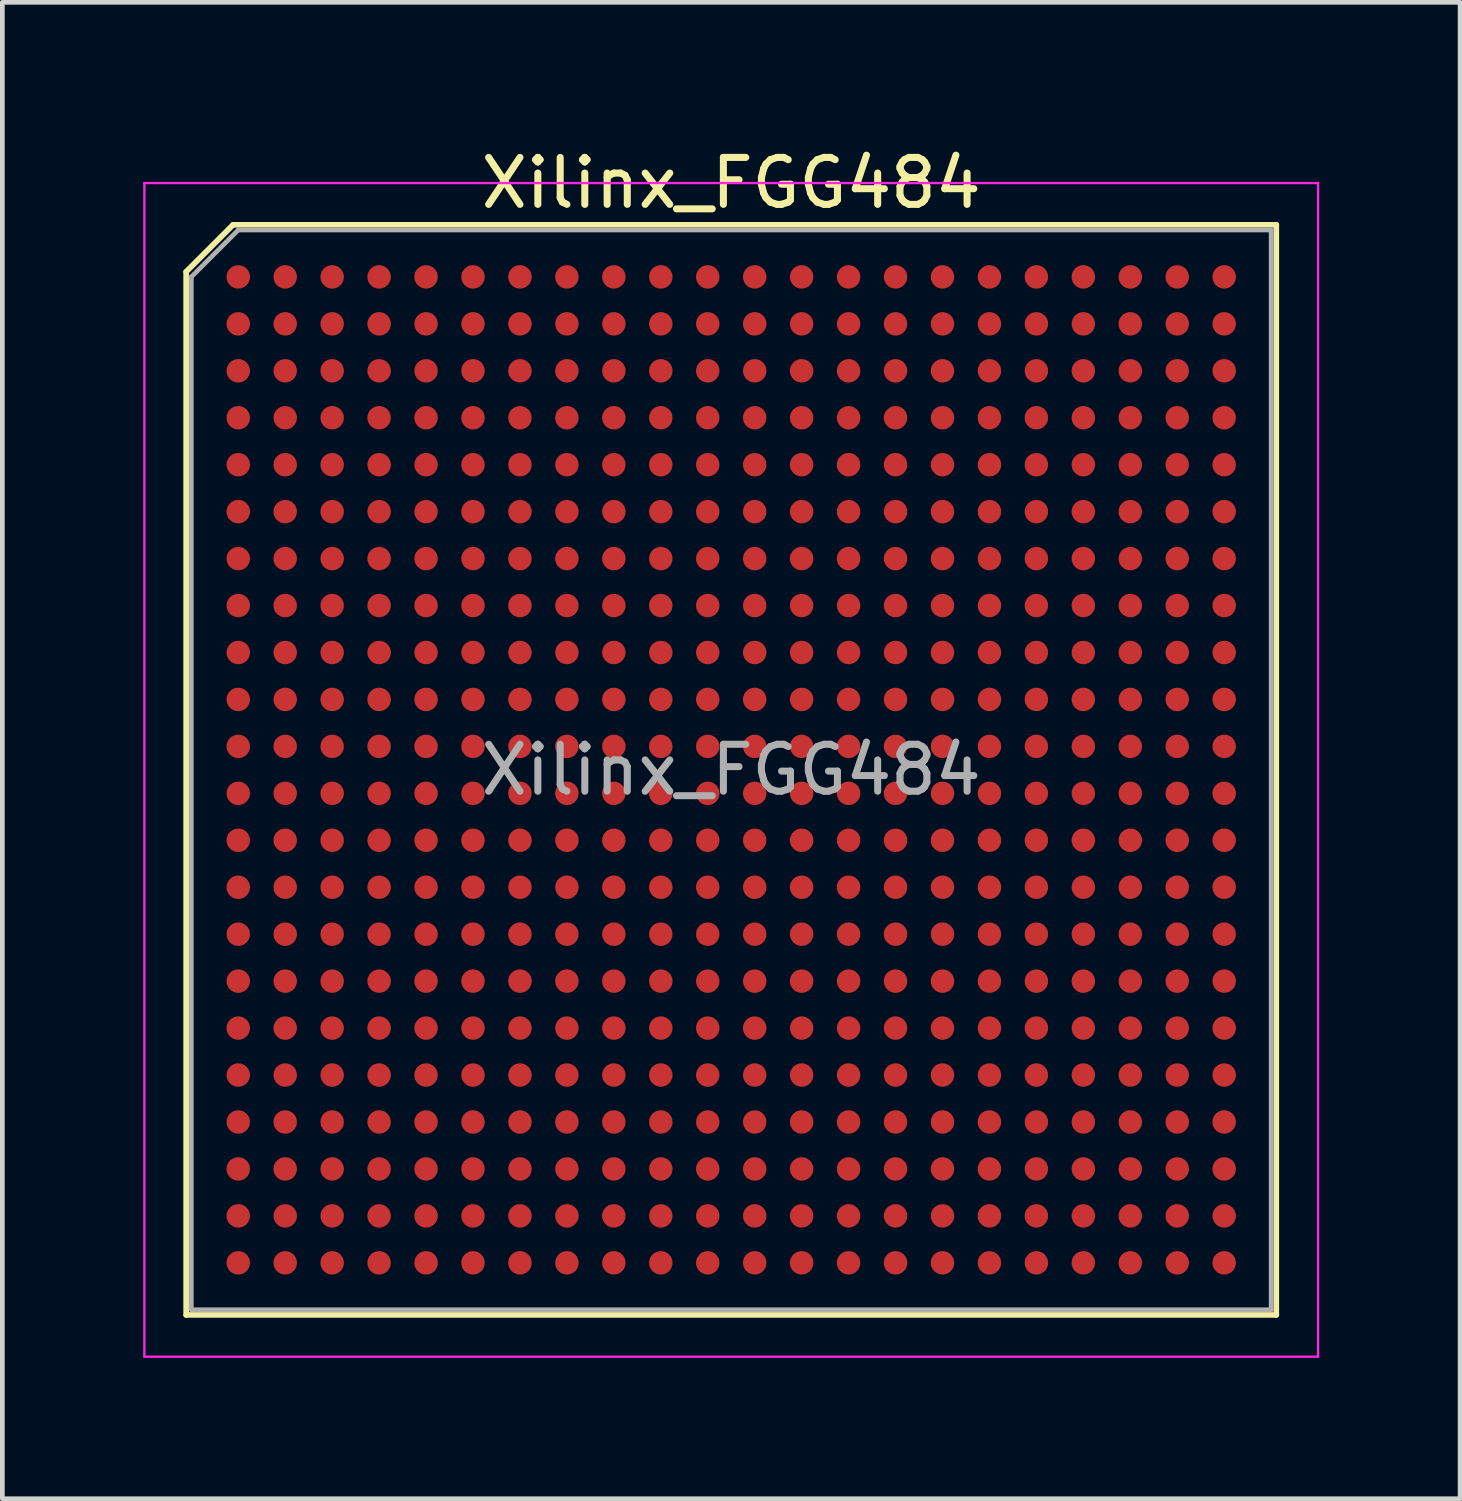
<source format=kicad_pcb>
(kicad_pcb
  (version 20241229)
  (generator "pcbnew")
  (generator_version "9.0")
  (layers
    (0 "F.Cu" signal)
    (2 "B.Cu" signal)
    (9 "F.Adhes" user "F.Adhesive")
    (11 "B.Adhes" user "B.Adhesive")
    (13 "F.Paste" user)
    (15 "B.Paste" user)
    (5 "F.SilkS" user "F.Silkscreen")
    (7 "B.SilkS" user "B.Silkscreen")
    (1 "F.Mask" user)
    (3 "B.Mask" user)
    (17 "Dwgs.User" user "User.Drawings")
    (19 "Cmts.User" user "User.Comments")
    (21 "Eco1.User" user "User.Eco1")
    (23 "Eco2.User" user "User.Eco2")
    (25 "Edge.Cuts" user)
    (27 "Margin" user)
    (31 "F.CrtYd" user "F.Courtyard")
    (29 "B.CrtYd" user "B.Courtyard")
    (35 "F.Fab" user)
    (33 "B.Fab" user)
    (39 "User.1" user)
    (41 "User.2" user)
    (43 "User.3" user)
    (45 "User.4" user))
  (footprint "Xilinx_FGG484"
    (layer "F.Cu")
    (at 12.525 13.348)
    (property "Reference" "Xilinx_FGG484" (at 0 -12.5 180) (layer "F.SilkS") (effects (font (size 1 1) (thickness 0.15))))
    (attr smd)
    (fp_line (start -11.61 11.61) (end -11.61 -10.61) (stroke (width 0.12) (type solid)) (layer "F.SilkS"))
    (fp_line (start -10.61 -11.61) (end -11.61 -10.61) (stroke (width 0.12) (type default)) (layer "F.SilkS"))
    (fp_line (start -10.61 -11.61) (end 11.61 -11.61) (stroke (width 0.12) (type solid)) (layer "F.SilkS"))
    (fp_line (start 11.61 -11.61) (end 11.61 11.61) (stroke (width 0.12) (type solid)) (layer "F.SilkS"))
    (fp_line (start 11.61 11.61) (end -11.61 11.61) (stroke (width 0.12) (type solid)) (layer "F.SilkS"))
    (fp_line (start -12.5 -12.5) (end -12.5 12.5) (stroke (width 0.05) (type solid)) (layer "F.CrtYd"))
    (fp_line (start -12.5 12.5) (end 12.5 12.5) (stroke (width 0.05) (type solid)) (layer "F.CrtYd"))
    (fp_line (start 12.5 -12.5) (end -12.5 -12.5) (stroke (width 0.05) (type solid)) (layer "F.CrtYd"))
    (fp_line (start 12.5 12.5) (end 12.5 -12.5) (stroke (width 0.05) (type solid)) (layer "F.CrtYd"))
    (fp_line (start -11.5 -10.5) (end -10.5 -11.5) (stroke (width 0.1) (type solid)) (layer "F.Fab"))
    (fp_line (start -11.5 11.5) (end -11.5 -10.5) (stroke (width 0.1) (type solid)) (layer "F.Fab"))
    (fp_line (start -10.5 -11.5) (end 11.5 -11.5) (stroke (width 0.1) (type solid)) (layer "F.Fab"))
    (fp_line (start 11.5 -11.5) (end 11.5 11.5) (stroke (width 0.1) (type solid)) (layer "F.Fab"))
    (fp_line (start 11.5 11.5) (end -11.5 11.5) (stroke (width 0.1) (type solid)) (layer "F.Fab"))
    (fp_text user "${REFERENCE}" (at 0 0 180) (layer "F.Fab") (effects (font (size 1 1) (thickness 0.15))))
    (pad "A1" smd circle (at -10.5 -10.5) (size 0.5 0.5) (layers "F.Cu" "F.Mask" "F.Paste"))
    (pad "A2" smd circle (at -9.5 -10.5) (size 0.5 0.5) (layers "F.Cu" "F.Mask" "F.Paste"))
    (pad "A3" smd circle (at -8.5 -10.5) (size 0.5 0.5) (layers "F.Cu" "F.Mask" "F.Paste"))
    (pad "A4" smd circle (at -7.5 -10.5) (size 0.5 0.5) (layers "F.Cu" "F.Mask" "F.Paste"))
    (pad "A5" smd circle (at -6.5 -10.5) (size 0.5 0.5) (layers "F.Cu" "F.Mask" "F.Paste"))
    (pad "A6" smd circle (at -5.5 -10.5) (size 0.5 0.5) (layers "F.Cu" "F.Mask" "F.Paste"))
    (pad "A7" smd circle (at -4.5 -10.5) (size 0.5 0.5) (layers "F.Cu" "F.Mask" "F.Paste"))
    (pad "A8" smd circle (at -3.5 -10.5) (size 0.5 0.5) (layers "F.Cu" "F.Mask" "F.Paste"))
    (pad "A9" smd circle (at -2.5 -10.5) (size 0.5 0.5) (layers "F.Cu" "F.Mask" "F.Paste"))
    (pad "A10" smd circle (at -1.5 -10.5) (size 0.5 0.5) (layers "F.Cu" "F.Mask" "F.Paste"))
    (pad "A11" smd circle (at -0.5 -10.5) (size 0.5 0.5) (layers "F.Cu" "F.Mask" "F.Paste"))
    (pad "A12" smd circle (at 0.5 -10.5) (size 0.5 0.5) (layers "F.Cu" "F.Mask" "F.Paste"))
    (pad "A13" smd circle (at 1.5 -10.5) (size 0.5 0.5) (layers "F.Cu" "F.Mask" "F.Paste"))
    (pad "A14" smd circle (at 2.5 -10.5) (size 0.5 0.5) (layers "F.Cu" "F.Mask" "F.Paste"))
    (pad "A15" smd circle (at 3.5 -10.5) (size 0.5 0.5) (layers "F.Cu" "F.Mask" "F.Paste"))
    (pad "A16" smd circle (at 4.5 -10.5) (size 0.5 0.5) (layers "F.Cu" "F.Mask" "F.Paste"))
    (pad "A17" smd circle (at 5.5 -10.5) (size 0.5 0.5) (layers "F.Cu" "F.Mask" "F.Paste"))
    (pad "A18" smd circle (at 6.5 -10.5) (size 0.5 0.5) (layers "F.Cu" "F.Mask" "F.Paste"))
    (pad "A19" smd circle (at 7.5 -10.5) (size 0.5 0.5) (layers "F.Cu" "F.Mask" "F.Paste"))
    (pad "A20" smd circle (at 8.5 -10.5) (size 0.5 0.5) (layers "F.Cu" "F.Mask" "F.Paste"))
    (pad "A21" smd circle (at 9.5 -10.5) (size 0.5 0.5) (layers "F.Cu" "F.Mask" "F.Paste"))
    (pad "A22" smd circle (at 10.5 -10.5) (size 0.5 0.5) (layers "F.Cu" "F.Mask" "F.Paste"))
    (pad "AA1" smd circle (at -10.5 9.5) (size 0.5 0.5) (layers "F.Cu" "F.Mask" "F.Paste"))
    (pad "AA2" smd circle (at -9.5 9.5) (size 0.5 0.5) (layers "F.Cu" "F.Mask" "F.Paste"))
    (pad "AA3" smd circle (at -8.5 9.5) (size 0.5 0.5) (layers "F.Cu" "F.Mask" "F.Paste"))
    (pad "AA4" smd circle (at -7.5 9.5) (size 0.5 0.5) (layers "F.Cu" "F.Mask" "F.Paste"))
    (pad "AA5" smd circle (at -6.5 9.5) (size 0.5 0.5) (layers "F.Cu" "F.Mask" "F.Paste"))
    (pad "AA6" smd circle (at -5.5 9.5) (size 0.5 0.5) (layers "F.Cu" "F.Mask" "F.Paste"))
    (pad "AA7" smd circle (at -4.5 9.5) (size 0.5 0.5) (layers "F.Cu" "F.Mask" "F.Paste"))
    (pad "AA8" smd circle (at -3.5 9.5) (size 0.5 0.5) (layers "F.Cu" "F.Mask" "F.Paste"))
    (pad "AA9" smd circle (at -2.5 9.5) (size 0.5 0.5) (layers "F.Cu" "F.Mask" "F.Paste"))
    (pad "AA10" smd circle (at -1.5 9.5) (size 0.5 0.5) (layers "F.Cu" "F.Mask" "F.Paste"))
    (pad "AA11" smd circle (at -0.5 9.5) (size 0.5 0.5) (layers "F.Cu" "F.Mask" "F.Paste"))
    (pad "AA12" smd circle (at 0.5 9.5) (size 0.5 0.5) (layers "F.Cu" "F.Mask" "F.Paste"))
    (pad "AA13" smd circle (at 1.5 9.5) (size 0.5 0.5) (layers "F.Cu" "F.Mask" "F.Paste"))
    (pad "AA14" smd circle (at 2.5 9.5) (size 0.5 0.5) (layers "F.Cu" "F.Mask" "F.Paste"))
    (pad "AA15" smd circle (at 3.5 9.5) (size 0.5 0.5) (layers "F.Cu" "F.Mask" "F.Paste"))
    (pad "AA16" smd circle (at 4.5 9.5) (size 0.5 0.5) (layers "F.Cu" "F.Mask" "F.Paste"))
    (pad "AA17" smd circle (at 5.5 9.5) (size 0.5 0.5) (layers "F.Cu" "F.Mask" "F.Paste"))
    (pad "AA18" smd circle (at 6.5 9.5) (size 0.5 0.5) (layers "F.Cu" "F.Mask" "F.Paste"))
    (pad "AA19" smd circle (at 7.5 9.5) (size 0.5 0.5) (layers "F.Cu" "F.Mask" "F.Paste"))
    (pad "AA20" smd circle (at 8.5 9.5) (size 0.5 0.5) (layers "F.Cu" "F.Mask" "F.Paste"))
    (pad "AA21" smd circle (at 9.5 9.5) (size 0.5 0.5) (layers "F.Cu" "F.Mask" "F.Paste"))
    (pad "AA22" smd circle (at 10.5 9.5) (size 0.5 0.5) (layers "F.Cu" "F.Mask" "F.Paste"))
    (pad "AB1" smd circle (at -10.5 10.5) (size 0.5 0.5) (layers "F.Cu" "F.Mask" "F.Paste"))
    (pad "AB2" smd circle (at -9.5 10.5) (size 0.5 0.5) (layers "F.Cu" "F.Mask" "F.Paste"))
    (pad "AB3" smd circle (at -8.5 10.5) (size 0.5 0.5) (layers "F.Cu" "F.Mask" "F.Paste"))
    (pad "AB4" smd circle (at -7.5 10.5) (size 0.5 0.5) (layers "F.Cu" "F.Mask" "F.Paste"))
    (pad "AB5" smd circle (at -6.5 10.5) (size 0.5 0.5) (layers "F.Cu" "F.Mask" "F.Paste"))
    (pad "AB6" smd circle (at -5.5 10.5) (size 0.5 0.5) (layers "F.Cu" "F.Mask" "F.Paste"))
    (pad "AB7" smd circle (at -4.5 10.5) (size 0.5 0.5) (layers "F.Cu" "F.Mask" "F.Paste"))
    (pad "AB8" smd circle (at -3.5 10.5) (size 0.5 0.5) (layers "F.Cu" "F.Mask" "F.Paste"))
    (pad "AB9" smd circle (at -2.5 10.5) (size 0.5 0.5) (layers "F.Cu" "F.Mask" "F.Paste"))
    (pad "AB10" smd circle (at -1.5 10.5) (size 0.5 0.5) (layers "F.Cu" "F.Mask" "F.Paste"))
    (pad "AB11" smd circle (at -0.5 10.5) (size 0.5 0.5) (layers "F.Cu" "F.Mask" "F.Paste"))
    (pad "AB12" smd circle (at 0.5 10.5) (size 0.5 0.5) (layers "F.Cu" "F.Mask" "F.Paste"))
    (pad "AB13" smd circle (at 1.5 10.5) (size 0.5 0.5) (layers "F.Cu" "F.Mask" "F.Paste"))
    (pad "AB14" smd circle (at 2.5 10.5) (size 0.5 0.5) (layers "F.Cu" "F.Mask" "F.Paste"))
    (pad "AB15" smd circle (at 3.5 10.5) (size 0.5 0.5) (layers "F.Cu" "F.Mask" "F.Paste"))
    (pad "AB16" smd circle (at 4.5 10.5) (size 0.5 0.5) (layers "F.Cu" "F.Mask" "F.Paste"))
    (pad "AB17" smd circle (at 5.5 10.5) (size 0.5 0.5) (layers "F.Cu" "F.Mask" "F.Paste"))
    (pad "AB18" smd circle (at 6.5 10.5) (size 0.5 0.5) (layers "F.Cu" "F.Mask" "F.Paste"))
    (pad "AB19" smd circle (at 7.5 10.5) (size 0.5 0.5) (layers "F.Cu" "F.Mask" "F.Paste"))
    (pad "AB20" smd circle (at 8.5 10.5) (size 0.5 0.5) (layers "F.Cu" "F.Mask" "F.Paste"))
    (pad "AB21" smd circle (at 9.5 10.5) (size 0.5 0.5) (layers "F.Cu" "F.Mask" "F.Paste"))
    (pad "AB22" smd circle (at 10.5 10.5) (size 0.5 0.5) (layers "F.Cu" "F.Mask" "F.Paste"))
    (pad "B1" smd circle (at -10.5 -9.5) (size 0.5 0.5) (layers "F.Cu" "F.Mask" "F.Paste"))
    (pad "B2" smd circle (at -9.5 -9.5) (size 0.5 0.5) (layers "F.Cu" "F.Mask" "F.Paste"))
    (pad "B3" smd circle (at -8.5 -9.5) (size 0.5 0.5) (layers "F.Cu" "F.Mask" "F.Paste"))
    (pad "B4" smd circle (at -7.5 -9.5) (size 0.5 0.5) (layers "F.Cu" "F.Mask" "F.Paste"))
    (pad "B5" smd circle (at -6.5 -9.5) (size 0.5 0.5) (layers "F.Cu" "F.Mask" "F.Paste"))
    (pad "B6" smd circle (at -5.5 -9.5) (size 0.5 0.5) (layers "F.Cu" "F.Mask" "F.Paste"))
    (pad "B7" smd circle (at -4.5 -9.5) (size 0.5 0.5) (layers "F.Cu" "F.Mask" "F.Paste"))
    (pad "B8" smd circle (at -3.5 -9.5) (size 0.5 0.5) (layers "F.Cu" "F.Mask" "F.Paste"))
    (pad "B9" smd circle (at -2.5 -9.5) (size 0.5 0.5) (layers "F.Cu" "F.Mask" "F.Paste"))
    (pad "B10" smd circle (at -1.5 -9.5) (size 0.5 0.5) (layers "F.Cu" "F.Mask" "F.Paste"))
    (pad "B11" smd circle (at -0.5 -9.5) (size 0.5 0.5) (layers "F.Cu" "F.Mask" "F.Paste"))
    (pad "B12" smd circle (at 0.5 -9.5) (size 0.5 0.5) (layers "F.Cu" "F.Mask" "F.Paste"))
    (pad "B13" smd circle (at 1.5 -9.5) (size 0.5 0.5) (layers "F.Cu" "F.Mask" "F.Paste"))
    (pad "B14" smd circle (at 2.5 -9.5) (size 0.5 0.5) (layers "F.Cu" "F.Mask" "F.Paste"))
    (pad "B15" smd circle (at 3.5 -9.5) (size 0.5 0.5) (layers "F.Cu" "F.Mask" "F.Paste"))
    (pad "B16" smd circle (at 4.5 -9.5) (size 0.5 0.5) (layers "F.Cu" "F.Mask" "F.Paste"))
    (pad "B17" smd circle (at 5.5 -9.5) (size 0.5 0.5) (layers "F.Cu" "F.Mask" "F.Paste"))
    (pad "B18" smd circle (at 6.5 -9.5) (size 0.5 0.5) (layers "F.Cu" "F.Mask" "F.Paste"))
    (pad "B19" smd circle (at 7.5 -9.5) (size 0.5 0.5) (layers "F.Cu" "F.Mask" "F.Paste"))
    (pad "B20" smd circle (at 8.5 -9.5) (size 0.5 0.5) (layers "F.Cu" "F.Mask" "F.Paste"))
    (pad "B21" smd circle (at 9.5 -9.5) (size 0.5 0.5) (layers "F.Cu" "F.Mask" "F.Paste"))
    (pad "B22" smd circle (at 10.5 -9.5) (size 0.5 0.5) (layers "F.Cu" "F.Mask" "F.Paste"))
    (pad "C1" smd circle (at -10.5 -8.5) (size 0.5 0.5) (layers "F.Cu" "F.Mask" "F.Paste"))
    (pad "C2" smd circle (at -9.5 -8.5) (size 0.5 0.5) (layers "F.Cu" "F.Mask" "F.Paste"))
    (pad "C3" smd circle (at -8.5 -8.5) (size 0.5 0.5) (layers "F.Cu" "F.Mask" "F.Paste"))
    (pad "C4" smd circle (at -7.5 -8.5) (size 0.5 0.5) (layers "F.Cu" "F.Mask" "F.Paste"))
    (pad "C5" smd circle (at -6.5 -8.5) (size 0.5 0.5) (layers "F.Cu" "F.Mask" "F.Paste"))
    (pad "C6" smd circle (at -5.5 -8.5) (size 0.5 0.5) (layers "F.Cu" "F.Mask" "F.Paste"))
    (pad "C7" smd circle (at -4.5 -8.5) (size 0.5 0.5) (layers "F.Cu" "F.Mask" "F.Paste"))
    (pad "C8" smd circle (at -3.5 -8.5) (size 0.5 0.5) (layers "F.Cu" "F.Mask" "F.Paste"))
    (pad "C9" smd circle (at -2.5 -8.5) (size 0.5 0.5) (layers "F.Cu" "F.Mask" "F.Paste"))
    (pad "C10" smd circle (at -1.5 -8.5) (size 0.5 0.5) (layers "F.Cu" "F.Mask" "F.Paste"))
    (pad "C11" smd circle (at -0.5 -8.5) (size 0.5 0.5) (layers "F.Cu" "F.Mask" "F.Paste"))
    (pad "C12" smd circle (at 0.5 -8.5) (size 0.5 0.5) (layers "F.Cu" "F.Mask" "F.Paste"))
    (pad "C13" smd circle (at 1.5 -8.5) (size 0.5 0.5) (layers "F.Cu" "F.Mask" "F.Paste"))
    (pad "C14" smd circle (at 2.5 -8.5) (size 0.5 0.5) (layers "F.Cu" "F.Mask" "F.Paste"))
    (pad "C15" smd circle (at 3.5 -8.5) (size 0.5 0.5) (layers "F.Cu" "F.Mask" "F.Paste"))
    (pad "C16" smd circle (at 4.5 -8.5) (size 0.5 0.5) (layers "F.Cu" "F.Mask" "F.Paste"))
    (pad "C17" smd circle (at 5.5 -8.5) (size 0.5 0.5) (layers "F.Cu" "F.Mask" "F.Paste"))
    (pad "C18" smd circle (at 6.5 -8.5) (size 0.5 0.5) (layers "F.Cu" "F.Mask" "F.Paste"))
    (pad "C19" smd circle (at 7.5 -8.5) (size 0.5 0.5) (layers "F.Cu" "F.Mask" "F.Paste"))
    (pad "C20" smd circle (at 8.5 -8.5) (size 0.5 0.5) (layers "F.Cu" "F.Mask" "F.Paste"))
    (pad "C21" smd circle (at 9.5 -8.5) (size 0.5 0.5) (layers "F.Cu" "F.Mask" "F.Paste"))
    (pad "C22" smd circle (at 10.5 -8.5) (size 0.5 0.5) (layers "F.Cu" "F.Mask" "F.Paste"))
    (pad "D1" smd circle (at -10.5 -7.5) (size 0.5 0.5) (layers "F.Cu" "F.Mask" "F.Paste"))
    (pad "D2" smd circle (at -9.5 -7.5) (size 0.5 0.5) (layers "F.Cu" "F.Mask" "F.Paste"))
    (pad "D3" smd circle (at -8.5 -7.5) (size 0.5 0.5) (layers "F.Cu" "F.Mask" "F.Paste"))
    (pad "D4" smd circle (at -7.5 -7.5) (size 0.5 0.5) (layers "F.Cu" "F.Mask" "F.Paste"))
    (pad "D5" smd circle (at -6.5 -7.5) (size 0.5 0.5) (layers "F.Cu" "F.Mask" "F.Paste"))
    (pad "D6" smd circle (at -5.5 -7.5) (size 0.5 0.5) (layers "F.Cu" "F.Mask" "F.Paste"))
    (pad "D7" smd circle (at -4.5 -7.5) (size 0.5 0.5) (layers "F.Cu" "F.Mask" "F.Paste"))
    (pad "D8" smd circle (at -3.5 -7.5) (size 0.5 0.5) (layers "F.Cu" "F.Mask" "F.Paste"))
    (pad "D9" smd circle (at -2.5 -7.5) (size 0.5 0.5) (layers "F.Cu" "F.Mask" "F.Paste"))
    (pad "D10" smd circle (at -1.5 -7.5) (size 0.5 0.5) (layers "F.Cu" "F.Mask" "F.Paste"))
    (pad "D11" smd circle (at -0.5 -7.5) (size 0.5 0.5) (layers "F.Cu" "F.Mask" "F.Paste"))
    (pad "D12" smd circle (at 0.5 -7.5) (size 0.5 0.5) (layers "F.Cu" "F.Mask" "F.Paste"))
    (pad "D13" smd circle (at 1.5 -7.5) (size 0.5 0.5) (layers "F.Cu" "F.Mask" "F.Paste"))
    (pad "D14" smd circle (at 2.5 -7.5) (size 0.5 0.5) (layers "F.Cu" "F.Mask" "F.Paste"))
    (pad "D15" smd circle (at 3.5 -7.5) (size 0.5 0.5) (layers "F.Cu" "F.Mask" "F.Paste"))
    (pad "D16" smd circle (at 4.5 -7.5) (size 0.5 0.5) (layers "F.Cu" "F.Mask" "F.Paste"))
    (pad "D17" smd circle (at 5.5 -7.5) (size 0.5 0.5) (layers "F.Cu" "F.Mask" "F.Paste"))
    (pad "D18" smd circle (at 6.5 -7.5) (size 0.5 0.5) (layers "F.Cu" "F.Mask" "F.Paste"))
    (pad "D19" smd circle (at 7.5 -7.5) (size 0.5 0.5) (layers "F.Cu" "F.Mask" "F.Paste"))
    (pad "D20" smd circle (at 8.5 -7.5) (size 0.5 0.5) (layers "F.Cu" "F.Mask" "F.Paste"))
    (pad "D21" smd circle (at 9.5 -7.5) (size 0.5 0.5) (layers "F.Cu" "F.Mask" "F.Paste"))
    (pad "D22" smd circle (at 10.5 -7.5) (size 0.5 0.5) (layers "F.Cu" "F.Mask" "F.Paste"))
    (pad "E1" smd circle (at -10.5 -6.5) (size 0.5 0.5) (layers "F.Cu" "F.Mask" "F.Paste"))
    (pad "E2" smd circle (at -9.5 -6.5) (size 0.5 0.5) (layers "F.Cu" "F.Mask" "F.Paste"))
    (pad "E3" smd circle (at -8.5 -6.5) (size 0.5 0.5) (layers "F.Cu" "F.Mask" "F.Paste"))
    (pad "E4" smd circle (at -7.5 -6.5) (size 0.5 0.5) (layers "F.Cu" "F.Mask" "F.Paste"))
    (pad "E5" smd circle (at -6.5 -6.5) (size 0.5 0.5) (layers "F.Cu" "F.Mask" "F.Paste"))
    (pad "E6" smd circle (at -5.5 -6.5) (size 0.5 0.5) (layers "F.Cu" "F.Mask" "F.Paste"))
    (pad "E7" smd circle (at -4.5 -6.5) (size 0.5 0.5) (layers "F.Cu" "F.Mask" "F.Paste"))
    (pad "E8" smd circle (at -3.5 -6.5) (size 0.5 0.5) (layers "F.Cu" "F.Mask" "F.Paste"))
    (pad "E9" smd circle (at -2.5 -6.5) (size 0.5 0.5) (layers "F.Cu" "F.Mask" "F.Paste"))
    (pad "E10" smd circle (at -1.5 -6.5) (size 0.5 0.5) (layers "F.Cu" "F.Mask" "F.Paste"))
    (pad "E11" smd circle (at -0.5 -6.5) (size 0.5 0.5) (layers "F.Cu" "F.Mask" "F.Paste"))
    (pad "E12" smd circle (at 0.5 -6.5) (size 0.5 0.5) (layers "F.Cu" "F.Mask" "F.Paste"))
    (pad "E13" smd circle (at 1.5 -6.5) (size 0.5 0.5) (layers "F.Cu" "F.Mask" "F.Paste"))
    (pad "E14" smd circle (at 2.5 -6.5) (size 0.5 0.5) (layers "F.Cu" "F.Mask" "F.Paste"))
    (pad "E15" smd circle (at 3.5 -6.5) (size 0.5 0.5) (layers "F.Cu" "F.Mask" "F.Paste"))
    (pad "E16" smd circle (at 4.5 -6.5) (size 0.5 0.5) (layers "F.Cu" "F.Mask" "F.Paste"))
    (pad "E17" smd circle (at 5.5 -6.5) (size 0.5 0.5) (layers "F.Cu" "F.Mask" "F.Paste"))
    (pad "E18" smd circle (at 6.5 -6.5) (size 0.5 0.5) (layers "F.Cu" "F.Mask" "F.Paste"))
    (pad "E19" smd circle (at 7.5 -6.5) (size 0.5 0.5) (layers "F.Cu" "F.Mask" "F.Paste"))
    (pad "E20" smd circle (at 8.5 -6.5) (size 0.5 0.5) (layers "F.Cu" "F.Mask" "F.Paste"))
    (pad "E21" smd circle (at 9.5 -6.5) (size 0.5 0.5) (layers "F.Cu" "F.Mask" "F.Paste"))
    (pad "E22" smd circle (at 10.5 -6.5) (size 0.5 0.5) (layers "F.Cu" "F.Mask" "F.Paste"))
    (pad "F1" smd circle (at -10.5 -5.5) (size 0.5 0.5) (layers "F.Cu" "F.Mask" "F.Paste"))
    (pad "F2" smd circle (at -9.5 -5.5) (size 0.5 0.5) (layers "F.Cu" "F.Mask" "F.Paste"))
    (pad "F3" smd circle (at -8.5 -5.5) (size 0.5 0.5) (layers "F.Cu" "F.Mask" "F.Paste"))
    (pad "F4" smd circle (at -7.5 -5.5) (size 0.5 0.5) (layers "F.Cu" "F.Mask" "F.Paste"))
    (pad "F5" smd circle (at -6.5 -5.5) (size 0.5 0.5) (layers "F.Cu" "F.Mask" "F.Paste"))
    (pad "F6" smd circle (at -5.5 -5.5) (size 0.5 0.5) (layers "F.Cu" "F.Mask" "F.Paste"))
    (pad "F7" smd circle (at -4.5 -5.5) (size 0.5 0.5) (layers "F.Cu" "F.Mask" "F.Paste"))
    (pad "F8" smd circle (at -3.5 -5.5) (size 0.5 0.5) (layers "F.Cu" "F.Mask" "F.Paste"))
    (pad "F9" smd circle (at -2.5 -5.5) (size 0.5 0.5) (layers "F.Cu" "F.Mask" "F.Paste"))
    (pad "F10" smd circle (at -1.5 -5.5) (size 0.5 0.5) (layers "F.Cu" "F.Mask" "F.Paste"))
    (pad "F11" smd circle (at -0.5 -5.5) (size 0.5 0.5) (layers "F.Cu" "F.Mask" "F.Paste"))
    (pad "F12" smd circle (at 0.5 -5.5) (size 0.5 0.5) (layers "F.Cu" "F.Mask" "F.Paste"))
    (pad "F13" smd circle (at 1.5 -5.5) (size 0.5 0.5) (layers "F.Cu" "F.Mask" "F.Paste"))
    (pad "F14" smd circle (at 2.5 -5.5) (size 0.5 0.5) (layers "F.Cu" "F.Mask" "F.Paste"))
    (pad "F15" smd circle (at 3.5 -5.5) (size 0.5 0.5) (layers "F.Cu" "F.Mask" "F.Paste"))
    (pad "F16" smd circle (at 4.5 -5.5) (size 0.5 0.5) (layers "F.Cu" "F.Mask" "F.Paste"))
    (pad "F17" smd circle (at 5.5 -5.5) (size 0.5 0.5) (layers "F.Cu" "F.Mask" "F.Paste"))
    (pad "F18" smd circle (at 6.5 -5.5) (size 0.5 0.5) (layers "F.Cu" "F.Mask" "F.Paste"))
    (pad "F19" smd circle (at 7.5 -5.5) (size 0.5 0.5) (layers "F.Cu" "F.Mask" "F.Paste"))
    (pad "F20" smd circle (at 8.5 -5.5) (size 0.5 0.5) (layers "F.Cu" "F.Mask" "F.Paste"))
    (pad "F21" smd circle (at 9.5 -5.5) (size 0.5 0.5) (layers "F.Cu" "F.Mask" "F.Paste"))
    (pad "F22" smd circle (at 10.5 -5.5) (size 0.5 0.5) (layers "F.Cu" "F.Mask" "F.Paste"))
    (pad "G1" smd circle (at -10.5 -4.5) (size 0.5 0.5) (layers "F.Cu" "F.Mask" "F.Paste"))
    (pad "G2" smd circle (at -9.5 -4.5) (size 0.5 0.5) (layers "F.Cu" "F.Mask" "F.Paste"))
    (pad "G3" smd circle (at -8.5 -4.5) (size 0.5 0.5) (layers "F.Cu" "F.Mask" "F.Paste"))
    (pad "G4" smd circle (at -7.5 -4.5) (size 0.5 0.5) (layers "F.Cu" "F.Mask" "F.Paste"))
    (pad "G5" smd circle (at -6.5 -4.5) (size 0.5 0.5) (layers "F.Cu" "F.Mask" "F.Paste"))
    (pad "G6" smd circle (at -5.5 -4.5) (size 0.5 0.5) (layers "F.Cu" "F.Mask" "F.Paste"))
    (pad "G7" smd circle (at -4.5 -4.5) (size 0.5 0.5) (layers "F.Cu" "F.Mask" "F.Paste"))
    (pad "G8" smd circle (at -3.5 -4.5) (size 0.5 0.5) (layers "F.Cu" "F.Mask" "F.Paste"))
    (pad "G9" smd circle (at -2.5 -4.5) (size 0.5 0.5) (layers "F.Cu" "F.Mask" "F.Paste"))
    (pad "G10" smd circle (at -1.5 -4.5) (size 0.5 0.5) (layers "F.Cu" "F.Mask" "F.Paste"))
    (pad "G11" smd circle (at -0.5 -4.5) (size 0.5 0.5) (layers "F.Cu" "F.Mask" "F.Paste"))
    (pad "G12" smd circle (at 0.5 -4.5) (size 0.5 0.5) (layers "F.Cu" "F.Mask" "F.Paste"))
    (pad "G13" smd circle (at 1.5 -4.5) (size 0.5 0.5) (layers "F.Cu" "F.Mask" "F.Paste"))
    (pad "G14" smd circle (at 2.5 -4.5) (size 0.5 0.5) (layers "F.Cu" "F.Mask" "F.Paste"))
    (pad "G15" smd circle (at 3.5 -4.5) (size 0.5 0.5) (layers "F.Cu" "F.Mask" "F.Paste"))
    (pad "G16" smd circle (at 4.5 -4.5) (size 0.5 0.5) (layers "F.Cu" "F.Mask" "F.Paste"))
    (pad "G17" smd circle (at 5.5 -4.5) (size 0.5 0.5) (layers "F.Cu" "F.Mask" "F.Paste"))
    (pad "G18" smd circle (at 6.5 -4.5) (size 0.5 0.5) (layers "F.Cu" "F.Mask" "F.Paste"))
    (pad "G19" smd circle (at 7.5 -4.5) (size 0.5 0.5) (layers "F.Cu" "F.Mask" "F.Paste"))
    (pad "G20" smd circle (at 8.5 -4.5) (size 0.5 0.5) (layers "F.Cu" "F.Mask" "F.Paste"))
    (pad "G21" smd circle (at 9.5 -4.5) (size 0.5 0.5) (layers "F.Cu" "F.Mask" "F.Paste"))
    (pad "G22" smd circle (at 10.5 -4.5) (size 0.5 0.5) (layers "F.Cu" "F.Mask" "F.Paste"))
    (pad "H1" smd circle (at -10.5 -3.5) (size 0.5 0.5) (layers "F.Cu" "F.Mask" "F.Paste"))
    (pad "H2" smd circle (at -9.5 -3.5) (size 0.5 0.5) (layers "F.Cu" "F.Mask" "F.Paste"))
    (pad "H3" smd circle (at -8.5 -3.5) (size 0.5 0.5) (layers "F.Cu" "F.Mask" "F.Paste"))
    (pad "H4" smd circle (at -7.5 -3.5) (size 0.5 0.5) (layers "F.Cu" "F.Mask" "F.Paste"))
    (pad "H5" smd circle (at -6.5 -3.5) (size 0.5 0.5) (layers "F.Cu" "F.Mask" "F.Paste"))
    (pad "H6" smd circle (at -5.5 -3.5) (size 0.5 0.5) (layers "F.Cu" "F.Mask" "F.Paste"))
    (pad "H7" smd circle (at -4.5 -3.5) (size 0.5 0.5) (layers "F.Cu" "F.Mask" "F.Paste"))
    (pad "H8" smd circle (at -3.5 -3.5) (size 0.5 0.5) (layers "F.Cu" "F.Mask" "F.Paste"))
    (pad "H9" smd circle (at -2.5 -3.5) (size 0.5 0.5) (layers "F.Cu" "F.Mask" "F.Paste"))
    (pad "H10" smd circle (at -1.5 -3.5) (size 0.5 0.5) (layers "F.Cu" "F.Mask" "F.Paste"))
    (pad "H11" smd circle (at -0.5 -3.5) (size 0.5 0.5) (layers "F.Cu" "F.Mask" "F.Paste"))
    (pad "H12" smd circle (at 0.5 -3.5) (size 0.5 0.5) (layers "F.Cu" "F.Mask" "F.Paste"))
    (pad "H13" smd circle (at 1.5 -3.5) (size 0.5 0.5) (layers "F.Cu" "F.Mask" "F.Paste"))
    (pad "H14" smd circle (at 2.5 -3.5) (size 0.5 0.5) (layers "F.Cu" "F.Mask" "F.Paste"))
    (pad "H15" smd circle (at 3.5 -3.5) (size 0.5 0.5) (layers "F.Cu" "F.Mask" "F.Paste"))
    (pad "H16" smd circle (at 4.5 -3.5) (size 0.5 0.5) (layers "F.Cu" "F.Mask" "F.Paste"))
    (pad "H17" smd circle (at 5.5 -3.5) (size 0.5 0.5) (layers "F.Cu" "F.Mask" "F.Paste"))
    (pad "H18" smd circle (at 6.5 -3.5) (size 0.5 0.5) (layers "F.Cu" "F.Mask" "F.Paste"))
    (pad "H19" smd circle (at 7.5 -3.5) (size 0.5 0.5) (layers "F.Cu" "F.Mask" "F.Paste"))
    (pad "H20" smd circle (at 8.5 -3.5) (size 0.5 0.5) (layers "F.Cu" "F.Mask" "F.Paste"))
    (pad "H21" smd circle (at 9.5 -3.5) (size 0.5 0.5) (layers "F.Cu" "F.Mask" "F.Paste"))
    (pad "H22" smd circle (at 10.5 -3.5) (size 0.5 0.5) (layers "F.Cu" "F.Mask" "F.Paste"))
    (pad "J1" smd circle (at -10.5 -2.5) (size 0.5 0.5) (layers "F.Cu" "F.Mask" "F.Paste"))
    (pad "J2" smd circle (at -9.5 -2.5) (size 0.5 0.5) (layers "F.Cu" "F.Mask" "F.Paste"))
    (pad "J3" smd circle (at -8.5 -2.5) (size 0.5 0.5) (layers "F.Cu" "F.Mask" "F.Paste"))
    (pad "J4" smd circle (at -7.5 -2.5) (size 0.5 0.5) (layers "F.Cu" "F.Mask" "F.Paste"))
    (pad "J5" smd circle (at -6.5 -2.5) (size 0.5 0.5) (layers "F.Cu" "F.Mask" "F.Paste"))
    (pad "J6" smd circle (at -5.5 -2.5) (size 0.5 0.5) (layers "F.Cu" "F.Mask" "F.Paste"))
    (pad "J7" smd circle (at -4.5 -2.5) (size 0.5 0.5) (layers "F.Cu" "F.Mask" "F.Paste"))
    (pad "J8" smd circle (at -3.5 -2.5) (size 0.5 0.5) (layers "F.Cu" "F.Mask" "F.Paste"))
    (pad "J9" smd circle (at -2.5 -2.5) (size 0.5 0.5) (layers "F.Cu" "F.Mask" "F.Paste"))
    (pad "J10" smd circle (at -1.5 -2.5) (size 0.5 0.5) (layers "F.Cu" "F.Mask" "F.Paste"))
    (pad "J11" smd circle (at -0.5 -2.5) (size 0.5 0.5) (layers "F.Cu" "F.Mask" "F.Paste"))
    (pad "J12" smd circle (at 0.5 -2.5) (size 0.5 0.5) (layers "F.Cu" "F.Mask" "F.Paste"))
    (pad "J13" smd circle (at 1.5 -2.5) (size 0.5 0.5) (layers "F.Cu" "F.Mask" "F.Paste"))
    (pad "J14" smd circle (at 2.5 -2.5) (size 0.5 0.5) (layers "F.Cu" "F.Mask" "F.Paste"))
    (pad "J15" smd circle (at 3.5 -2.5) (size 0.5 0.5) (layers "F.Cu" "F.Mask" "F.Paste"))
    (pad "J16" smd circle (at 4.5 -2.5) (size 0.5 0.5) (layers "F.Cu" "F.Mask" "F.Paste"))
    (pad "J17" smd circle (at 5.5 -2.5) (size 0.5 0.5) (layers "F.Cu" "F.Mask" "F.Paste"))
    (pad "J18" smd circle (at 6.5 -2.5) (size 0.5 0.5) (layers "F.Cu" "F.Mask" "F.Paste"))
    (pad "J19" smd circle (at 7.5 -2.5) (size 0.5 0.5) (layers "F.Cu" "F.Mask" "F.Paste"))
    (pad "J20" smd circle (at 8.5 -2.5) (size 0.5 0.5) (layers "F.Cu" "F.Mask" "F.Paste"))
    (pad "J21" smd circle (at 9.5 -2.5) (size 0.5 0.5) (layers "F.Cu" "F.Mask" "F.Paste"))
    (pad "J22" smd circle (at 10.5 -2.5) (size 0.5 0.5) (layers "F.Cu" "F.Mask" "F.Paste"))
    (pad "K1" smd circle (at -10.5 -1.5) (size 0.5 0.5) (layers "F.Cu" "F.Mask" "F.Paste"))
    (pad "K2" smd circle (at -9.5 -1.5) (size 0.5 0.5) (layers "F.Cu" "F.Mask" "F.Paste"))
    (pad "K3" smd circle (at -8.5 -1.5) (size 0.5 0.5) (layers "F.Cu" "F.Mask" "F.Paste"))
    (pad "K4" smd circle (at -7.5 -1.5) (size 0.5 0.5) (layers "F.Cu" "F.Mask" "F.Paste"))
    (pad "K5" smd circle (at -6.5 -1.5) (size 0.5 0.5) (layers "F.Cu" "F.Mask" "F.Paste"))
    (pad "K6" smd circle (at -5.5 -1.5) (size 0.5 0.5) (layers "F.Cu" "F.Mask" "F.Paste"))
    (pad "K7" smd circle (at -4.5 -1.5) (size 0.5 0.5) (layers "F.Cu" "F.Mask" "F.Paste"))
    (pad "K8" smd circle (at -3.5 -1.5) (size 0.5 0.5) (layers "F.Cu" "F.Mask" "F.Paste"))
    (pad "K9" smd circle (at -2.5 -1.5) (size 0.5 0.5) (layers "F.Cu" "F.Mask" "F.Paste"))
    (pad "K10" smd circle (at -1.5 -1.5) (size 0.5 0.5) (layers "F.Cu" "F.Mask" "F.Paste"))
    (pad "K11" smd circle (at -0.5 -1.5) (size 0.5 0.5) (layers "F.Cu" "F.Mask" "F.Paste"))
    (pad "K12" smd circle (at 0.5 -1.5) (size 0.5 0.5) (layers "F.Cu" "F.Mask" "F.Paste"))
    (pad "K13" smd circle (at 1.5 -1.5) (size 0.5 0.5) (layers "F.Cu" "F.Mask" "F.Paste"))
    (pad "K14" smd circle (at 2.5 -1.5) (size 0.5 0.5) (layers "F.Cu" "F.Mask" "F.Paste"))
    (pad "K15" smd circle (at 3.5 -1.5) (size 0.5 0.5) (layers "F.Cu" "F.Mask" "F.Paste"))
    (pad "K16" smd circle (at 4.5 -1.5) (size 0.5 0.5) (layers "F.Cu" "F.Mask" "F.Paste"))
    (pad "K17" smd circle (at 5.5 -1.5) (size 0.5 0.5) (layers "F.Cu" "F.Mask" "F.Paste"))
    (pad "K18" smd circle (at 6.5 -1.5) (size 0.5 0.5) (layers "F.Cu" "F.Mask" "F.Paste"))
    (pad "K19" smd circle (at 7.5 -1.5) (size 0.5 0.5) (layers "F.Cu" "F.Mask" "F.Paste"))
    (pad "K20" smd circle (at 8.5 -1.5) (size 0.5 0.5) (layers "F.Cu" "F.Mask" "F.Paste"))
    (pad "K21" smd circle (at 9.5 -1.5) (size 0.5 0.5) (layers "F.Cu" "F.Mask" "F.Paste"))
    (pad "K22" smd circle (at 10.5 -1.5) (size 0.5 0.5) (layers "F.Cu" "F.Mask" "F.Paste"))
    (pad "L1" smd circle (at -10.5 -0.5) (size 0.5 0.5) (layers "F.Cu" "F.Mask" "F.Paste"))
    (pad "L2" smd circle (at -9.5 -0.5) (size 0.5 0.5) (layers "F.Cu" "F.Mask" "F.Paste"))
    (pad "L3" smd circle (at -8.5 -0.5) (size 0.5 0.5) (layers "F.Cu" "F.Mask" "F.Paste"))
    (pad "L4" smd circle (at -7.5 -0.5) (size 0.5 0.5) (layers "F.Cu" "F.Mask" "F.Paste"))
    (pad "L5" smd circle (at -6.5 -0.5) (size 0.5 0.5) (layers "F.Cu" "F.Mask" "F.Paste"))
    (pad "L6" smd circle (at -5.5 -0.5) (size 0.5 0.5) (layers "F.Cu" "F.Mask" "F.Paste"))
    (pad "L7" smd circle (at -4.5 -0.5) (size 0.5 0.5) (layers "F.Cu" "F.Mask" "F.Paste"))
    (pad "L8" smd circle (at -3.5 -0.5) (size 0.5 0.5) (layers "F.Cu" "F.Mask" "F.Paste"))
    (pad "L9" smd circle (at -2.5 -0.5) (size 0.5 0.5) (layers "F.Cu" "F.Mask" "F.Paste"))
    (pad "L10" smd circle (at -1.5 -0.5) (size 0.5 0.5) (layers "F.Cu" "F.Mask" "F.Paste"))
    (pad "L11" smd circle (at -0.5 -0.5) (size 0.5 0.5) (layers "F.Cu" "F.Mask" "F.Paste"))
    (pad "L12" smd circle (at 0.5 -0.5) (size 0.5 0.5) (layers "F.Cu" "F.Mask" "F.Paste"))
    (pad "L13" smd circle (at 1.5 -0.5) (size 0.5 0.5) (layers "F.Cu" "F.Mask" "F.Paste"))
    (pad "L14" smd circle (at 2.5 -0.5) (size 0.5 0.5) (layers "F.Cu" "F.Mask" "F.Paste"))
    (pad "L15" smd circle (at 3.5 -0.5) (size 0.5 0.5) (layers "F.Cu" "F.Mask" "F.Paste"))
    (pad "L16" smd circle (at 4.5 -0.5) (size 0.5 0.5) (layers "F.Cu" "F.Mask" "F.Paste"))
    (pad "L17" smd circle (at 5.5 -0.5) (size 0.5 0.5) (layers "F.Cu" "F.Mask" "F.Paste"))
    (pad "L18" smd circle (at 6.5 -0.5) (size 0.5 0.5) (layers "F.Cu" "F.Mask" "F.Paste"))
    (pad "L19" smd circle (at 7.5 -0.5) (size 0.5 0.5) (layers "F.Cu" "F.Mask" "F.Paste"))
    (pad "L20" smd circle (at 8.5 -0.5) (size 0.5 0.5) (layers "F.Cu" "F.Mask" "F.Paste"))
    (pad "L21" smd circle (at 9.5 -0.5) (size 0.5 0.5) (layers "F.Cu" "F.Mask" "F.Paste"))
    (pad "L22" smd circle (at 10.5 -0.5) (size 0.5 0.5) (layers "F.Cu" "F.Mask" "F.Paste"))
    (pad "M1" smd circle (at -10.5 0.5) (size 0.5 0.5) (layers "F.Cu" "F.Mask" "F.Paste"))
    (pad "M2" smd circle (at -9.5 0.5) (size 0.5 0.5) (layers "F.Cu" "F.Mask" "F.Paste"))
    (pad "M3" smd circle (at -8.5 0.5) (size 0.5 0.5) (layers "F.Cu" "F.Mask" "F.Paste"))
    (pad "M4" smd circle (at -7.5 0.5) (size 0.5 0.5) (layers "F.Cu" "F.Mask" "F.Paste"))
    (pad "M5" smd circle (at -6.5 0.5) (size 0.5 0.5) (layers "F.Cu" "F.Mask" "F.Paste"))
    (pad "M6" smd circle (at -5.5 0.5) (size 0.5 0.5) (layers "F.Cu" "F.Mask" "F.Paste"))
    (pad "M7" smd circle (at -4.5 0.5) (size 0.5 0.5) (layers "F.Cu" "F.Mask" "F.Paste"))
    (pad "M8" smd circle (at -3.5 0.5) (size 0.5 0.5) (layers "F.Cu" "F.Mask" "F.Paste"))
    (pad "M9" smd circle (at -2.5 0.5) (size 0.5 0.5) (layers "F.Cu" "F.Mask" "F.Paste"))
    (pad "M10" smd circle (at -1.5 0.5) (size 0.5 0.5) (layers "F.Cu" "F.Mask" "F.Paste"))
    (pad "M11" smd circle (at -0.5 0.5) (size 0.5 0.5) (layers "F.Cu" "F.Mask" "F.Paste"))
    (pad "M12" smd circle (at 0.5 0.5) (size 0.5 0.5) (layers "F.Cu" "F.Mask" "F.Paste"))
    (pad "M13" smd circle (at 1.5 0.5) (size 0.5 0.5) (layers "F.Cu" "F.Mask" "F.Paste"))
    (pad "M14" smd circle (at 2.5 0.5) (size 0.5 0.5) (layers "F.Cu" "F.Mask" "F.Paste"))
    (pad "M15" smd circle (at 3.5 0.5) (size 0.5 0.5) (layers "F.Cu" "F.Mask" "F.Paste"))
    (pad "M16" smd circle (at 4.5 0.5) (size 0.5 0.5) (layers "F.Cu" "F.Mask" "F.Paste"))
    (pad "M17" smd circle (at 5.5 0.5) (size 0.5 0.5) (layers "F.Cu" "F.Mask" "F.Paste"))
    (pad "M18" smd circle (at 6.5 0.5) (size 0.5 0.5) (layers "F.Cu" "F.Mask" "F.Paste"))
    (pad "M19" smd circle (at 7.5 0.5) (size 0.5 0.5) (layers "F.Cu" "F.Mask" "F.Paste"))
    (pad "M20" smd circle (at 8.5 0.5) (size 0.5 0.5) (layers "F.Cu" "F.Mask" "F.Paste"))
    (pad "M21" smd circle (at 9.5 0.5) (size 0.5 0.5) (layers "F.Cu" "F.Mask" "F.Paste"))
    (pad "M22" smd circle (at 10.5 0.5) (size 0.5 0.5) (layers "F.Cu" "F.Mask" "F.Paste"))
    (pad "N1" smd circle (at -10.5 1.5) (size 0.5 0.5) (layers "F.Cu" "F.Mask" "F.Paste"))
    (pad "N2" smd circle (at -9.5 1.5) (size 0.5 0.5) (layers "F.Cu" "F.Mask" "F.Paste"))
    (pad "N3" smd circle (at -8.5 1.5) (size 0.5 0.5) (layers "F.Cu" "F.Mask" "F.Paste"))
    (pad "N4" smd circle (at -7.5 1.5) (size 0.5 0.5) (layers "F.Cu" "F.Mask" "F.Paste"))
    (pad "N5" smd circle (at -6.5 1.5) (size 0.5 0.5) (layers "F.Cu" "F.Mask" "F.Paste"))
    (pad "N6" smd circle (at -5.5 1.5) (size 0.5 0.5) (layers "F.Cu" "F.Mask" "F.Paste"))
    (pad "N7" smd circle (at -4.5 1.5) (size 0.5 0.5) (layers "F.Cu" "F.Mask" "F.Paste"))
    (pad "N8" smd circle (at -3.5 1.5) (size 0.5 0.5) (layers "F.Cu" "F.Mask" "F.Paste"))
    (pad "N9" smd circle (at -2.5 1.5) (size 0.5 0.5) (layers "F.Cu" "F.Mask" "F.Paste"))
    (pad "N10" smd circle (at -1.5 1.5) (size 0.5 0.5) (layers "F.Cu" "F.Mask" "F.Paste"))
    (pad "N11" smd circle (at -0.5 1.5) (size 0.5 0.5) (layers "F.Cu" "F.Mask" "F.Paste"))
    (pad "N12" smd circle (at 0.5 1.5) (size 0.5 0.5) (layers "F.Cu" "F.Mask" "F.Paste"))
    (pad "N13" smd circle (at 1.5 1.5) (size 0.5 0.5) (layers "F.Cu" "F.Mask" "F.Paste"))
    (pad "N14" smd circle (at 2.5 1.5) (size 0.5 0.5) (layers "F.Cu" "F.Mask" "F.Paste"))
    (pad "N15" smd circle (at 3.5 1.5) (size 0.5 0.5) (layers "F.Cu" "F.Mask" "F.Paste"))
    (pad "N16" smd circle (at 4.5 1.5) (size 0.5 0.5) (layers "F.Cu" "F.Mask" "F.Paste"))
    (pad "N17" smd circle (at 5.5 1.5) (size 0.5 0.5) (layers "F.Cu" "F.Mask" "F.Paste"))
    (pad "N18" smd circle (at 6.5 1.5) (size 0.5 0.5) (layers "F.Cu" "F.Mask" "F.Paste"))
    (pad "N19" smd circle (at 7.5 1.5) (size 0.5 0.5) (layers "F.Cu" "F.Mask" "F.Paste"))
    (pad "N20" smd circle (at 8.5 1.5) (size 0.5 0.5) (layers "F.Cu" "F.Mask" "F.Paste"))
    (pad "N21" smd circle (at 9.5 1.5) (size 0.5 0.5) (layers "F.Cu" "F.Mask" "F.Paste"))
    (pad "N22" smd circle (at 10.5 1.5) (size 0.5 0.5) (layers "F.Cu" "F.Mask" "F.Paste"))
    (pad "P1" smd circle (at -10.5 2.5) (size 0.5 0.5) (layers "F.Cu" "F.Mask" "F.Paste"))
    (pad "P2" smd circle (at -9.5 2.5) (size 0.5 0.5) (layers "F.Cu" "F.Mask" "F.Paste"))
    (pad "P3" smd circle (at -8.5 2.5) (size 0.5 0.5) (layers "F.Cu" "F.Mask" "F.Paste"))
    (pad "P4" smd circle (at -7.5 2.5) (size 0.5 0.5) (layers "F.Cu" "F.Mask" "F.Paste"))
    (pad "P5" smd circle (at -6.5 2.5) (size 0.5 0.5) (layers "F.Cu" "F.Mask" "F.Paste"))
    (pad "P6" smd circle (at -5.5 2.5) (size 0.5 0.5) (layers "F.Cu" "F.Mask" "F.Paste"))
    (pad "P7" smd circle (at -4.5 2.5) (size 0.5 0.5) (layers "F.Cu" "F.Mask" "F.Paste"))
    (pad "P8" smd circle (at -3.5 2.5) (size 0.5 0.5) (layers "F.Cu" "F.Mask" "F.Paste"))
    (pad "P9" smd circle (at -2.5 2.5) (size 0.5 0.5) (layers "F.Cu" "F.Mask" "F.Paste"))
    (pad "P10" smd circle (at -1.5 2.5) (size 0.5 0.5) (layers "F.Cu" "F.Mask" "F.Paste"))
    (pad "P11" smd circle (at -0.5 2.5) (size 0.5 0.5) (layers "F.Cu" "F.Mask" "F.Paste"))
    (pad "P12" smd circle (at 0.5 2.5) (size 0.5 0.5) (layers "F.Cu" "F.Mask" "F.Paste"))
    (pad "P13" smd circle (at 1.5 2.5) (size 0.5 0.5) (layers "F.Cu" "F.Mask" "F.Paste"))
    (pad "P14" smd circle (at 2.5 2.5) (size 0.5 0.5) (layers "F.Cu" "F.Mask" "F.Paste"))
    (pad "P15" smd circle (at 3.5 2.5) (size 0.5 0.5) (layers "F.Cu" "F.Mask" "F.Paste"))
    (pad "P16" smd circle (at 4.5 2.5) (size 0.5 0.5) (layers "F.Cu" "F.Mask" "F.Paste"))
    (pad "P17" smd circle (at 5.5 2.5) (size 0.5 0.5) (layers "F.Cu" "F.Mask" "F.Paste"))
    (pad "P18" smd circle (at 6.5 2.5) (size 0.5 0.5) (layers "F.Cu" "F.Mask" "F.Paste"))
    (pad "P19" smd circle (at 7.5 2.5) (size 0.5 0.5) (layers "F.Cu" "F.Mask" "F.Paste"))
    (pad "P20" smd circle (at 8.5 2.5) (size 0.5 0.5) (layers "F.Cu" "F.Mask" "F.Paste"))
    (pad "P21" smd circle (at 9.5 2.5) (size 0.5 0.5) (layers "F.Cu" "F.Mask" "F.Paste"))
    (pad "P22" smd circle (at 10.5 2.5) (size 0.5 0.5) (layers "F.Cu" "F.Mask" "F.Paste"))
    (pad "R1" smd circle (at -10.5 3.5) (size 0.5 0.5) (layers "F.Cu" "F.Mask" "F.Paste"))
    (pad "R2" smd circle (at -9.5 3.5) (size 0.5 0.5) (layers "F.Cu" "F.Mask" "F.Paste"))
    (pad "R3" smd circle (at -8.5 3.5) (size 0.5 0.5) (layers "F.Cu" "F.Mask" "F.Paste"))
    (pad "R4" smd circle (at -7.5 3.5) (size 0.5 0.5) (layers "F.Cu" "F.Mask" "F.Paste"))
    (pad "R5" smd circle (at -6.5 3.5) (size 0.5 0.5) (layers "F.Cu" "F.Mask" "F.Paste"))
    (pad "R6" smd circle (at -5.5 3.5) (size 0.5 0.5) (layers "F.Cu" "F.Mask" "F.Paste"))
    (pad "R7" smd circle (at -4.5 3.5) (size 0.5 0.5) (layers "F.Cu" "F.Mask" "F.Paste"))
    (pad "R8" smd circle (at -3.5 3.5) (size 0.5 0.5) (layers "F.Cu" "F.Mask" "F.Paste"))
    (pad "R9" smd circle (at -2.5 3.5) (size 0.5 0.5) (layers "F.Cu" "F.Mask" "F.Paste"))
    (pad "R10" smd circle (at -1.5 3.5) (size 0.5 0.5) (layers "F.Cu" "F.Mask" "F.Paste"))
    (pad "R11" smd circle (at -0.5 3.5) (size 0.5 0.5) (layers "F.Cu" "F.Mask" "F.Paste"))
    (pad "R12" smd circle (at 0.5 3.5) (size 0.5 0.5) (layers "F.Cu" "F.Mask" "F.Paste"))
    (pad "R13" smd circle (at 1.5 3.5) (size 0.5 0.5) (layers "F.Cu" "F.Mask" "F.Paste"))
    (pad "R14" smd circle (at 2.5 3.5) (size 0.5 0.5) (layers "F.Cu" "F.Mask" "F.Paste"))
    (pad "R15" smd circle (at 3.5 3.5) (size 0.5 0.5) (layers "F.Cu" "F.Mask" "F.Paste"))
    (pad "R16" smd circle (at 4.5 3.5) (size 0.5 0.5) (layers "F.Cu" "F.Mask" "F.Paste"))
    (pad "R17" smd circle (at 5.5 3.5) (size 0.5 0.5) (layers "F.Cu" "F.Mask" "F.Paste"))
    (pad "R18" smd circle (at 6.5 3.5) (size 0.5 0.5) (layers "F.Cu" "F.Mask" "F.Paste"))
    (pad "R19" smd circle (at 7.5 3.5) (size 0.5 0.5) (layers "F.Cu" "F.Mask" "F.Paste"))
    (pad "R20" smd circle (at 8.5 3.5) (size 0.5 0.5) (layers "F.Cu" "F.Mask" "F.Paste"))
    (pad "R21" smd circle (at 9.5 3.5) (size 0.5 0.5) (layers "F.Cu" "F.Mask" "F.Paste"))
    (pad "R22" smd circle (at 10.5 3.5) (size 0.5 0.5) (layers "F.Cu" "F.Mask" "F.Paste"))
    (pad "T1" smd circle (at -10.5 4.5) (size 0.5 0.5) (layers "F.Cu" "F.Mask" "F.Paste"))
    (pad "T2" smd circle (at -9.5 4.5) (size 0.5 0.5) (layers "F.Cu" "F.Mask" "F.Paste"))
    (pad "T3" smd circle (at -8.5 4.5) (size 0.5 0.5) (layers "F.Cu" "F.Mask" "F.Paste"))
    (pad "T4" smd circle (at -7.5 4.5) (size 0.5 0.5) (layers "F.Cu" "F.Mask" "F.Paste"))
    (pad "T5" smd circle (at -6.5 4.5) (size 0.5 0.5) (layers "F.Cu" "F.Mask" "F.Paste"))
    (pad "T6" smd circle (at -5.5 4.5) (size 0.5 0.5) (layers "F.Cu" "F.Mask" "F.Paste"))
    (pad "T7" smd circle (at -4.5 4.5) (size 0.5 0.5) (layers "F.Cu" "F.Mask" "F.Paste"))
    (pad "T8" smd circle (at -3.5 4.5) (size 0.5 0.5) (layers "F.Cu" "F.Mask" "F.Paste"))
    (pad "T9" smd circle (at -2.5 4.5) (size 0.5 0.5) (layers "F.Cu" "F.Mask" "F.Paste"))
    (pad "T10" smd circle (at -1.5 4.5) (size 0.5 0.5) (layers "F.Cu" "F.Mask" "F.Paste"))
    (pad "T11" smd circle (at -0.5 4.5) (size 0.5 0.5) (layers "F.Cu" "F.Mask" "F.Paste"))
    (pad "T12" smd circle (at 0.5 4.5) (size 0.5 0.5) (layers "F.Cu" "F.Mask" "F.Paste"))
    (pad "T13" smd circle (at 1.5 4.5) (size 0.5 0.5) (layers "F.Cu" "F.Mask" "F.Paste"))
    (pad "T14" smd circle (at 2.5 4.5) (size 0.5 0.5) (layers "F.Cu" "F.Mask" "F.Paste"))
    (pad "T15" smd circle (at 3.5 4.5) (size 0.5 0.5) (layers "F.Cu" "F.Mask" "F.Paste"))
    (pad "T16" smd circle (at 4.5 4.5) (size 0.5 0.5) (layers "F.Cu" "F.Mask" "F.Paste"))
    (pad "T17" smd circle (at 5.5 4.5) (size 0.5 0.5) (layers "F.Cu" "F.Mask" "F.Paste"))
    (pad "T18" smd circle (at 6.5 4.5) (size 0.5 0.5) (layers "F.Cu" "F.Mask" "F.Paste"))
    (pad "T19" smd circle (at 7.5 4.5) (size 0.5 0.5) (layers "F.Cu" "F.Mask" "F.Paste"))
    (pad "T20" smd circle (at 8.5 4.5) (size 0.5 0.5) (layers "F.Cu" "F.Mask" "F.Paste"))
    (pad "T21" smd circle (at 9.5 4.5) (size 0.5 0.5) (layers "F.Cu" "F.Mask" "F.Paste"))
    (pad "T22" smd circle (at 10.5 4.5) (size 0.5 0.5) (layers "F.Cu" "F.Mask" "F.Paste"))
    (pad "U1" smd circle (at -10.5 5.5) (size 0.5 0.5) (layers "F.Cu" "F.Mask" "F.Paste"))
    (pad "U2" smd circle (at -9.5 5.5) (size 0.5 0.5) (layers "F.Cu" "F.Mask" "F.Paste"))
    (pad "U3" smd circle (at -8.5 5.5) (size 0.5 0.5) (layers "F.Cu" "F.Mask" "F.Paste"))
    (pad "U4" smd circle (at -7.5 5.5) (size 0.5 0.5) (layers "F.Cu" "F.Mask" "F.Paste"))
    (pad "U5" smd circle (at -6.5 5.5) (size 0.5 0.5) (layers "F.Cu" "F.Mask" "F.Paste"))
    (pad "U6" smd circle (at -5.5 5.5) (size 0.5 0.5) (layers "F.Cu" "F.Mask" "F.Paste"))
    (pad "U7" smd circle (at -4.5 5.5) (size 0.5 0.5) (layers "F.Cu" "F.Mask" "F.Paste"))
    (pad "U8" smd circle (at -3.5 5.5) (size 0.5 0.5) (layers "F.Cu" "F.Mask" "F.Paste"))
    (pad "U9" smd circle (at -2.5 5.5) (size 0.5 0.5) (layers "F.Cu" "F.Mask" "F.Paste"))
    (pad "U10" smd circle (at -1.5 5.5) (size 0.5 0.5) (layers "F.Cu" "F.Mask" "F.Paste"))
    (pad "U11" smd circle (at -0.5 5.5) (size 0.5 0.5) (layers "F.Cu" "F.Mask" "F.Paste"))
    (pad "U12" smd circle (at 0.5 5.5) (size 0.5 0.5) (layers "F.Cu" "F.Mask" "F.Paste"))
    (pad "U13" smd circle (at 1.5 5.5) (size 0.5 0.5) (layers "F.Cu" "F.Mask" "F.Paste"))
    (pad "U14" smd circle (at 2.5 5.5) (size 0.5 0.5) (layers "F.Cu" "F.Mask" "F.Paste"))
    (pad "U15" smd circle (at 3.5 5.5) (size 0.5 0.5) (layers "F.Cu" "F.Mask" "F.Paste"))
    (pad "U16" smd circle (at 4.5 5.5) (size 0.5 0.5) (layers "F.Cu" "F.Mask" "F.Paste"))
    (pad "U17" smd circle (at 5.5 5.5) (size 0.5 0.5) (layers "F.Cu" "F.Mask" "F.Paste"))
    (pad "U18" smd circle (at 6.5 5.5) (size 0.5 0.5) (layers "F.Cu" "F.Mask" "F.Paste"))
    (pad "U19" smd circle (at 7.5 5.5) (size 0.5 0.5) (layers "F.Cu" "F.Mask" "F.Paste"))
    (pad "U20" smd circle (at 8.5 5.5) (size 0.5 0.5) (layers "F.Cu" "F.Mask" "F.Paste"))
    (pad "U21" smd circle (at 9.5 5.5) (size 0.5 0.5) (layers "F.Cu" "F.Mask" "F.Paste"))
    (pad "U22" smd circle (at 10.5 5.5) (size 0.5 0.5) (layers "F.Cu" "F.Mask" "F.Paste"))
    (pad "V1" smd circle (at -10.5 6.5) (size 0.5 0.5) (layers "F.Cu" "F.Mask" "F.Paste"))
    (pad "V2" smd circle (at -9.5 6.5) (size 0.5 0.5) (layers "F.Cu" "F.Mask" "F.Paste"))
    (pad "V3" smd circle (at -8.5 6.5) (size 0.5 0.5) (layers "F.Cu" "F.Mask" "F.Paste"))
    (pad "V4" smd circle (at -7.5 6.5) (size 0.5 0.5) (layers "F.Cu" "F.Mask" "F.Paste"))
    (pad "V5" smd circle (at -6.5 6.5) (size 0.5 0.5) (layers "F.Cu" "F.Mask" "F.Paste"))
    (pad "V6" smd circle (at -5.5 6.5) (size 0.5 0.5) (layers "F.Cu" "F.Mask" "F.Paste"))
    (pad "V7" smd circle (at -4.5 6.5) (size 0.5 0.5) (layers "F.Cu" "F.Mask" "F.Paste"))
    (pad "V8" smd circle (at -3.5 6.5) (size 0.5 0.5) (layers "F.Cu" "F.Mask" "F.Paste"))
    (pad "V9" smd circle (at -2.5 6.5) (size 0.5 0.5) (layers "F.Cu" "F.Mask" "F.Paste"))
    (pad "V10" smd circle (at -1.5 6.5) (size 0.5 0.5) (layers "F.Cu" "F.Mask" "F.Paste"))
    (pad "V11" smd circle (at -0.5 6.5) (size 0.5 0.5) (layers "F.Cu" "F.Mask" "F.Paste"))
    (pad "V12" smd circle (at 0.5 6.5) (size 0.5 0.5) (layers "F.Cu" "F.Mask" "F.Paste"))
    (pad "V13" smd circle (at 1.5 6.5) (size 0.5 0.5) (layers "F.Cu" "F.Mask" "F.Paste"))
    (pad "V14" smd circle (at 2.5 6.5) (size 0.5 0.5) (layers "F.Cu" "F.Mask" "F.Paste"))
    (pad "V15" smd circle (at 3.5 6.5) (size 0.5 0.5) (layers "F.Cu" "F.Mask" "F.Paste"))
    (pad "V16" smd circle (at 4.5 6.5) (size 0.5 0.5) (layers "F.Cu" "F.Mask" "F.Paste"))
    (pad "V17" smd circle (at 5.5 6.5) (size 0.5 0.5) (layers "F.Cu" "F.Mask" "F.Paste"))
    (pad "V18" smd circle (at 6.5 6.5) (size 0.5 0.5) (layers "F.Cu" "F.Mask" "F.Paste"))
    (pad "V19" smd circle (at 7.5 6.5) (size 0.5 0.5) (layers "F.Cu" "F.Mask" "F.Paste"))
    (pad "V20" smd circle (at 8.5 6.5) (size 0.5 0.5) (layers "F.Cu" "F.Mask" "F.Paste"))
    (pad "V21" smd circle (at 9.5 6.5) (size 0.5 0.5) (layers "F.Cu" "F.Mask" "F.Paste"))
    (pad "V22" smd circle (at 10.5 6.5) (size 0.5 0.5) (layers "F.Cu" "F.Mask" "F.Paste"))
    (pad "W1" smd circle (at -10.5 7.5) (size 0.5 0.5) (layers "F.Cu" "F.Mask" "F.Paste"))
    (pad "W2" smd circle (at -9.5 7.5) (size 0.5 0.5) (layers "F.Cu" "F.Mask" "F.Paste"))
    (pad "W3" smd circle (at -8.5 7.5) (size 0.5 0.5) (layers "F.Cu" "F.Mask" "F.Paste"))
    (pad "W4" smd circle (at -7.5 7.5) (size 0.5 0.5) (layers "F.Cu" "F.Mask" "F.Paste"))
    (pad "W5" smd circle (at -6.5 7.5) (size 0.5 0.5) (layers "F.Cu" "F.Mask" "F.Paste"))
    (pad "W6" smd circle (at -5.5 7.5) (size 0.5 0.5) (layers "F.Cu" "F.Mask" "F.Paste"))
    (pad "W7" smd circle (at -4.5 7.5) (size 0.5 0.5) (layers "F.Cu" "F.Mask" "F.Paste"))
    (pad "W8" smd circle (at -3.5 7.5) (size 0.5 0.5) (layers "F.Cu" "F.Mask" "F.Paste"))
    (pad "W9" smd circle (at -2.5 7.5) (size 0.5 0.5) (layers "F.Cu" "F.Mask" "F.Paste"))
    (pad "W10" smd circle (at -1.5 7.5) (size 0.5 0.5) (layers "F.Cu" "F.Mask" "F.Paste"))
    (pad "W11" smd circle (at -0.5 7.5) (size 0.5 0.5) (layers "F.Cu" "F.Mask" "F.Paste"))
    (pad "W12" smd circle (at 0.5 7.5) (size 0.5 0.5) (layers "F.Cu" "F.Mask" "F.Paste"))
    (pad "W13" smd circle (at 1.5 7.5) (size 0.5 0.5) (layers "F.Cu" "F.Mask" "F.Paste"))
    (pad "W14" smd circle (at 2.5 7.5) (size 0.5 0.5) (layers "F.Cu" "F.Mask" "F.Paste"))
    (pad "W15" smd circle (at 3.5 7.5) (size 0.5 0.5) (layers "F.Cu" "F.Mask" "F.Paste"))
    (pad "W16" smd circle (at 4.5 7.5) (size 0.5 0.5) (layers "F.Cu" "F.Mask" "F.Paste"))
    (pad "W17" smd circle (at 5.5 7.5) (size 0.5 0.5) (layers "F.Cu" "F.Mask" "F.Paste"))
    (pad "W18" smd circle (at 6.5 7.5) (size 0.5 0.5) (layers "F.Cu" "F.Mask" "F.Paste"))
    (pad "W19" smd circle (at 7.5 7.5) (size 0.5 0.5) (layers "F.Cu" "F.Mask" "F.Paste"))
    (pad "W20" smd circle (at 8.5 7.5) (size 0.5 0.5) (layers "F.Cu" "F.Mask" "F.Paste"))
    (pad "W21" smd circle (at 9.5 7.5) (size 0.5 0.5) (layers "F.Cu" "F.Mask" "F.Paste"))
    (pad "W22" smd circle (at 10.5 7.5) (size 0.5 0.5) (layers "F.Cu" "F.Mask" "F.Paste"))
    (pad "Y1" smd circle (at -10.5 8.5) (size 0.5 0.5) (layers "F.Cu" "F.Mask" "F.Paste"))
    (pad "Y2" smd circle (at -9.5 8.5) (size 0.5 0.5) (layers "F.Cu" "F.Mask" "F.Paste"))
    (pad "Y3" smd circle (at -8.5 8.5) (size 0.5 0.5) (layers "F.Cu" "F.Mask" "F.Paste"))
    (pad "Y4" smd circle (at -7.5 8.5) (size 0.5 0.5) (layers "F.Cu" "F.Mask" "F.Paste"))
    (pad "Y5" smd circle (at -6.5 8.5) (size 0.5 0.5) (layers "F.Cu" "F.Mask" "F.Paste"))
    (pad "Y6" smd circle (at -5.5 8.5) (size 0.5 0.5) (layers "F.Cu" "F.Mask" "F.Paste"))
    (pad "Y7" smd circle (at -4.5 8.5) (size 0.5 0.5) (layers "F.Cu" "F.Mask" "F.Paste"))
    (pad "Y8" smd circle (at -3.5 8.5) (size 0.5 0.5) (layers "F.Cu" "F.Mask" "F.Paste"))
    (pad "Y9" smd circle (at -2.5 8.5) (size 0.5 0.5) (layers "F.Cu" "F.Mask" "F.Paste"))
    (pad "Y10" smd circle (at -1.5 8.5) (size 0.5 0.5) (layers "F.Cu" "F.Mask" "F.Paste"))
    (pad "Y11" smd circle (at -0.5 8.5) (size 0.5 0.5) (layers "F.Cu" "F.Mask" "F.Paste"))
    (pad "Y12" smd circle (at 0.5 8.5) (size 0.5 0.5) (layers "F.Cu" "F.Mask" "F.Paste"))
    (pad "Y13" smd circle (at 1.5 8.5) (size 0.5 0.5) (layers "F.Cu" "F.Mask" "F.Paste"))
    (pad "Y14" smd circle (at 2.5 8.5) (size 0.5 0.5) (layers "F.Cu" "F.Mask" "F.Paste"))
    (pad "Y15" smd circle (at 3.5 8.5) (size 0.5 0.5) (layers "F.Cu" "F.Mask" "F.Paste"))
    (pad "Y16" smd circle (at 4.5 8.5) (size 0.5 0.5) (layers "F.Cu" "F.Mask" "F.Paste"))
    (pad "Y17" smd circle (at 5.5 8.5) (size 0.5 0.5) (layers "F.Cu" "F.Mask" "F.Paste"))
    (pad "Y18" smd circle (at 6.5 8.5) (size 0.5 0.5) (layers "F.Cu" "F.Mask" "F.Paste"))
    (pad "Y19" smd circle (at 7.5 8.5) (size 0.5 0.5) (layers "F.Cu" "F.Mask" "F.Paste"))
    (pad "Y20" smd circle (at 8.5 8.5) (size 0.5 0.5) (layers "F.Cu" "F.Mask" "F.Paste"))
    (pad "Y21" smd circle (at 9.5 8.5) (size 0.5 0.5) (layers "F.Cu" "F.Mask" "F.Paste"))
    (pad "Y22" smd circle (at 10.5 8.5) (size 0.5 0.5) (layers "F.Cu" "F.Mask" "F.Paste")))
  (gr_rect
    (start -3 -3)
    (end 28.05 28.873)
    (stroke (width 0.1) (type default))
    (fill no)
    (layer "Edge.Cuts")))
</source>
